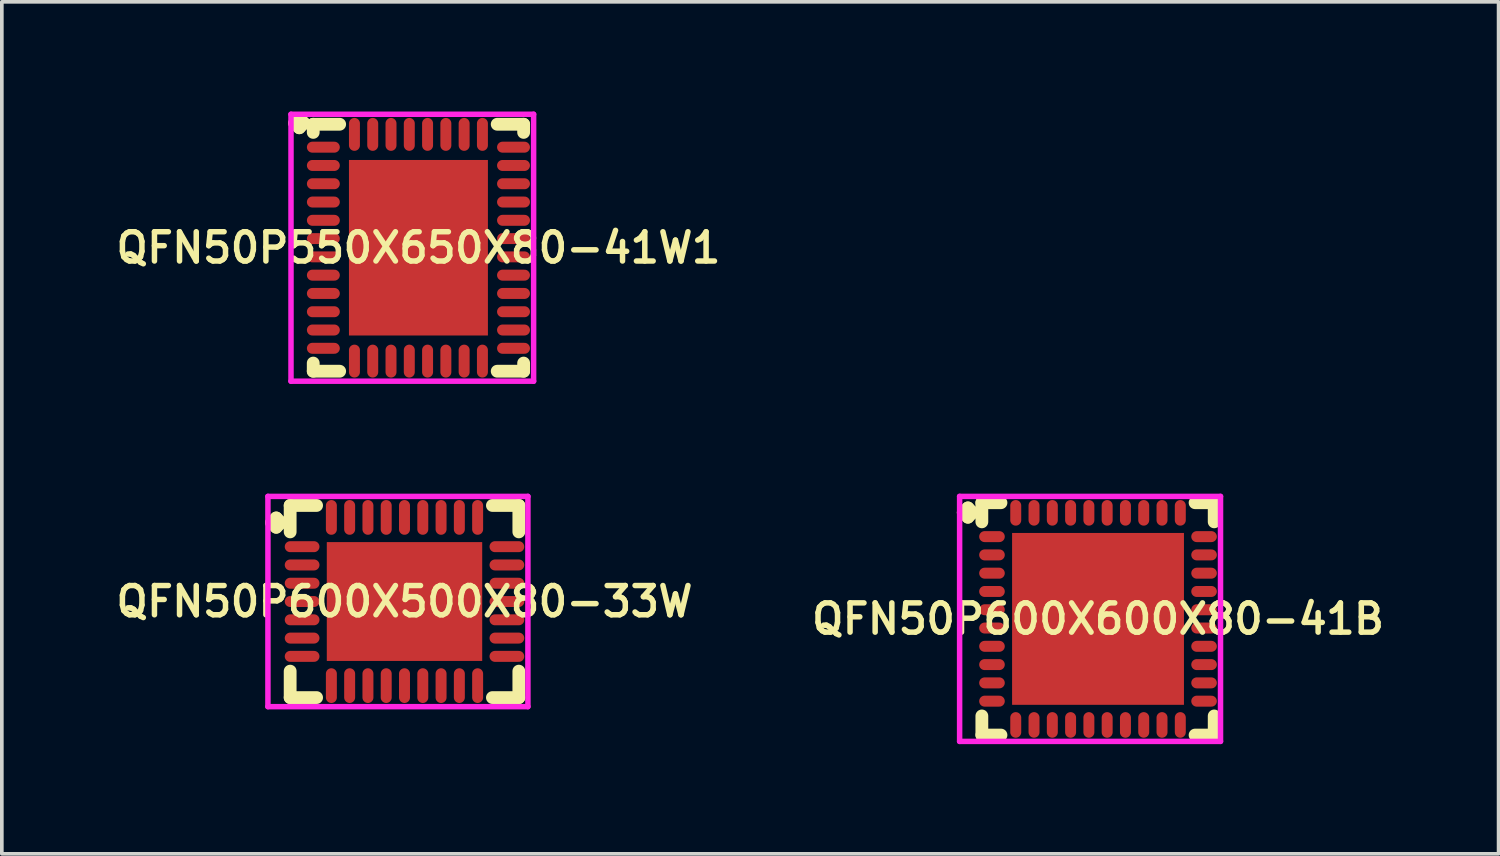
<source format=kicad_pcb>
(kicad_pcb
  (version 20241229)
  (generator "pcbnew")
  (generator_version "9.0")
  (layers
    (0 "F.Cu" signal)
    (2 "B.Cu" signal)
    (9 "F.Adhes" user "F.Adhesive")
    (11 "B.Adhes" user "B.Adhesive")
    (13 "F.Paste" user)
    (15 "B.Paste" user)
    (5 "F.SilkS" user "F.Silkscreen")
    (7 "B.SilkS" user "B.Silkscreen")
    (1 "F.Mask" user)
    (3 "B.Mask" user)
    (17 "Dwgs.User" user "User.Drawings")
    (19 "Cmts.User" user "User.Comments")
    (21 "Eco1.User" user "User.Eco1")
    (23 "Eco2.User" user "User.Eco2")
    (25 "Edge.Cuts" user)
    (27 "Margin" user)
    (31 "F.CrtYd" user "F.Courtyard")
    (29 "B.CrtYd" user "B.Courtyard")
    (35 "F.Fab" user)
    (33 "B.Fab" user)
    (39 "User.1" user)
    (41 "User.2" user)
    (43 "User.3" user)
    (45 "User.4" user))
  (footprint "QFN50P550X650X80-41W1"
    (layer "F.Cu")
    (at 8.393 3.725)
    (property "Reference" "QFN50P550X650X80-41W1" (at 0 0 0) (layer "F.SilkS") (effects (font (size 0.8 0.8) (thickness 0.15))))
    (attr smd)
    (fp_line (start -3.385 -3.408) (end -3.258 -3.535) (stroke (width 0.35) (type solid)) (layer "F.SilkS"))
    (fp_line (start -3.258 -3.535) (end -3.131 -3.408) (stroke (width 0.35) (type solid)) (layer "F.SilkS"))
    (fp_line (start -3.258 -3.281) (end -3.385 -3.408) (stroke (width 0.35) (type solid)) (layer "F.SilkS"))
    (fp_line (start -3.131 -3.408) (end -3.258 -3.281) (stroke (width 0.35) (type solid)) (layer "F.SilkS"))
    (fp_line (start -2.877 -3.377) (end -2.154 -3.377) (stroke (width 0.35) (type solid)) (layer "F.SilkS"))
    (fp_line (start -2.877 -3.154) (end -2.877 -3.377) (stroke (width 0.35) (type solid)) (layer "F.SilkS"))
    (fp_line (start -2.877 3.154) (end -2.877 3.377) (stroke (width 0.35) (type solid)) (layer "F.SilkS"))
    (fp_line (start -2.877 3.377) (end -2.154 3.377) (stroke (width 0.35) (type solid)) (layer "F.SilkS"))
    (fp_line (start 2.154 -3.377) (end 2.877 -3.377) (stroke (width 0.35) (type solid)) (layer "F.SilkS"))
    (fp_line (start 2.154 3.377) (end 2.877 3.377) (stroke (width 0.35) (type solid)) (layer "F.SilkS"))
    (fp_line (start 2.877 -3.377) (end 2.877 -3.154) (stroke (width 0.35) (type solid)) (layer "F.SilkS"))
    (fp_line (start 2.877 3.377) (end 2.877 3.154) (stroke (width 0.35) (type solid)) (layer "F.SilkS"))
    (fp_line (start -3.485 -3.65) (end 3.15 -3.65) (stroke (width 0.15) (type solid)) (layer "F.CrtYd"))
    (fp_line (start -3.485 3.65) (end -3.485 -3.65) (stroke (width 0.15) (type solid)) (layer "F.CrtYd"))
    (fp_line (start 3.15 -3.65) (end 3.15 3.65) (stroke (width 0.15) (type solid)) (layer "F.CrtYd"))
    (fp_line (start 3.15 3.65) (end -3.485 3.65) (stroke (width 0.15) (type solid)) (layer "F.CrtYd"))
    (pad "1" smd oval (at -2.6 -2.75) (size 0.9 0.3) (layers "F.Cu" "F.Mask" "F.Paste"))
    (pad "2" smd oval (at -2.6 -2.25) (size 0.9 0.3) (layers "F.Cu" "F.Mask" "F.Paste"))
    (pad "3" smd oval (at -2.6 -1.75) (size 0.9 0.3) (layers "F.Cu" "F.Mask" "F.Paste"))
    (pad "4" smd oval (at -2.6 -1.25) (size 0.9 0.3) (layers "F.Cu" "F.Mask" "F.Paste"))
    (pad "5" smd oval (at -2.6 -0.75) (size 0.9 0.3) (layers "F.Cu" "F.Mask" "F.Paste"))
    (pad "6" smd oval (at -2.6 -0.25) (size 0.9 0.3) (layers "F.Cu" "F.Mask" "F.Paste"))
    (pad "7" smd oval (at -2.6 0.25) (size 0.9 0.3) (layers "F.Cu" "F.Mask" "F.Paste"))
    (pad "8" smd oval (at -2.6 0.75) (size 0.9 0.3) (layers "F.Cu" "F.Mask" "F.Paste"))
    (pad "9" smd oval (at -2.6 1.25) (size 0.9 0.3) (layers "F.Cu" "F.Mask" "F.Paste"))
    (pad "10" smd oval (at -2.6 1.75) (size 0.9 0.3) (layers "F.Cu" "F.Mask" "F.Paste"))
    (pad "11" smd oval (at -2.6 2.25) (size 0.9 0.3) (layers "F.Cu" "F.Mask" "F.Paste"))
    (pad "12" smd oval (at -2.6 2.75) (size 0.9 0.3) (layers "F.Cu" "F.Mask" "F.Paste"))
    (pad "13" smd oval (at -1.75 3.1) (size 0.3 0.9) (layers "F.Cu" "F.Mask" "F.Paste"))
    (pad "14" smd oval (at -1.25 3.1) (size 0.3 0.9) (layers "F.Cu" "F.Mask" "F.Paste"))
    (pad "15" smd oval (at -0.75 3.1) (size 0.3 0.9) (layers "F.Cu" "F.Mask" "F.Paste"))
    (pad "16" smd oval (at -0.25 3.1) (size 0.3 0.9) (layers "F.Cu" "F.Mask" "F.Paste"))
    (pad "17" smd oval (at 0.25 3.1) (size 0.3 0.9) (layers "F.Cu" "F.Mask" "F.Paste"))
    (pad "18" smd oval (at 0.75 3.1) (size 0.3 0.9) (layers "F.Cu" "F.Mask" "F.Paste"))
    (pad "19" smd oval (at 1.25 3.1) (size 0.3 0.9) (layers "F.Cu" "F.Mask" "F.Paste"))
    (pad "20" smd oval (at 1.75 3.1) (size 0.3 0.9) (layers "F.Cu" "F.Mask" "F.Paste"))
    (pad "21" smd oval (at 2.6 2.75) (size 0.9 0.3) (layers "F.Cu" "F.Mask" "F.Paste"))
    (pad "22" smd oval (at 2.6 2.25) (size 0.9 0.3) (layers "F.Cu" "F.Mask" "F.Paste"))
    (pad "23" smd oval (at 2.6 1.75) (size 0.9 0.3) (layers "F.Cu" "F.Mask" "F.Paste"))
    (pad "24" smd oval (at 2.6 1.25) (size 0.9 0.3) (layers "F.Cu" "F.Mask" "F.Paste"))
    (pad "25" smd oval (at 2.6 0.75) (size 0.9 0.3) (layers "F.Cu" "F.Mask" "F.Paste"))
    (pad "26" smd oval (at 2.6 0.25) (size 0.9 0.3) (layers "F.Cu" "F.Mask" "F.Paste"))
    (pad "27" smd oval (at 2.6 -0.25) (size 0.9 0.3) (layers "F.Cu" "F.Mask" "F.Paste"))
    (pad "28" smd oval (at 2.6 -0.75) (size 0.9 0.3) (layers "F.Cu" "F.Mask" "F.Paste"))
    (pad "29" smd oval (at 2.6 -1.25) (size 0.9 0.3) (layers "F.Cu" "F.Mask" "F.Paste"))
    (pad "30" smd oval (at 2.6 -1.75) (size 0.9 0.3) (layers "F.Cu" "F.Mask" "F.Paste"))
    (pad "31" smd oval (at 2.6 -2.25) (size 0.9 0.3) (layers "F.Cu" "F.Mask" "F.Paste"))
    (pad "32" smd oval (at 2.6 -2.75) (size 0.9 0.3) (layers "F.Cu" "F.Mask" "F.Paste"))
    (pad "33" smd oval (at 1.75 -3.1) (size 0.3 0.9) (layers "F.Cu" "F.Mask" "F.Paste"))
    (pad "34" smd oval (at 1.25 -3.1) (size 0.3 0.9) (layers "F.Cu" "F.Mask" "F.Paste"))
    (pad "35" smd oval (at 0.75 -3.1) (size 0.3 0.9) (layers "F.Cu" "F.Mask" "F.Paste"))
    (pad "36" smd oval (at 0.25 -3.1) (size 0.3 0.9) (layers "F.Cu" "F.Mask" "F.Paste"))
    (pad "37" smd oval (at -0.25 -3.1) (size 0.3 0.9) (layers "F.Cu" "F.Mask" "F.Paste"))
    (pad "38" smd oval (at -0.75 -3.1) (size 0.3 0.9) (layers "F.Cu" "F.Mask" "F.Paste"))
    (pad "39" smd oval (at -1.25 -3.1) (size 0.3 0.9) (layers "F.Cu" "F.Mask" "F.Paste"))
    (pad "40" smd oval (at -1.75 -3.1) (size 0.3 0.9) (layers "F.Cu" "F.Mask" "F.Paste"))
    (pad "41" smd rect (at 0 0) (size 3.8 4.8) (layers "F.Cu" "F.Mask" "F.Paste")))
  (footprint "QFN50P600X500X80-33W"
    (layer "F.Cu")
    (at 8.012 13.4)
    (property "Reference" "QFN50P600X500X80-33W" (at 0 0 0) (layer "F.SilkS") (effects (font (size 0.8 0.8) (thickness 0.15))))
    (attr smd)
    (fp_line (start -3.635 -2.158) (end -3.508 -2.285) (stroke (width 0.35) (type solid)) (layer "F.SilkS"))
    (fp_line (start -3.508 -2.285) (end -3.381 -2.158) (stroke (width 0.35) (type solid)) (layer "F.SilkS"))
    (fp_line (start -3.508 -2.031) (end -3.635 -2.158) (stroke (width 0.35) (type solid)) (layer "F.SilkS"))
    (fp_line (start -3.381 -2.158) (end -3.508 -2.031) (stroke (width 0.35) (type solid)) (layer "F.SilkS"))
    (fp_line (start -3.127 -2.627) (end -2.404 -2.627) (stroke (width 0.35) (type solid)) (layer "F.SilkS"))
    (fp_line (start -3.127 -1.904) (end -3.127 -2.627) (stroke (width 0.35) (type solid)) (layer "F.SilkS"))
    (fp_line (start -3.127 1.904) (end -3.127 2.627) (stroke (width 0.35) (type solid)) (layer "F.SilkS"))
    (fp_line (start -3.127 2.627) (end -2.404 2.627) (stroke (width 0.35) (type solid)) (layer "F.SilkS"))
    (fp_line (start 2.404 -2.627) (end 3.127 -2.627) (stroke (width 0.35) (type solid)) (layer "F.SilkS"))
    (fp_line (start 2.404 2.627) (end 3.127 2.627) (stroke (width 0.35) (type solid)) (layer "F.SilkS"))
    (fp_line (start 3.127 -2.627) (end 3.127 -1.904) (stroke (width 0.35) (type solid)) (layer "F.SilkS"))
    (fp_line (start 3.127 2.627) (end 3.127 1.904) (stroke (width 0.35) (type solid)) (layer "F.SilkS"))
    (fp_line (start -3.735 -2.875) (end 3.375 -2.875) (stroke (width 0.15) (type solid)) (layer "F.CrtYd"))
    (fp_line (start -3.735 2.875) (end -3.735 -2.875) (stroke (width 0.15) (type solid)) (layer "F.CrtYd"))
    (fp_line (start 3.375 -2.875) (end 3.375 2.875) (stroke (width 0.15) (type solid)) (layer "F.CrtYd"))
    (fp_line (start 3.375 2.875) (end -3.735 2.875) (stroke (width 0.15) (type solid)) (layer "F.CrtYd"))
    (pad "1" smd oval (at -2.8 -1.5) (size 0.95 0.3) (layers "F.Cu" "F.Mask" "F.Paste"))
    (pad "2" smd oval (at -2.8 -1) (size 0.95 0.3) (layers "F.Cu" "F.Mask" "F.Paste"))
    (pad "3" smd oval (at -2.8 -0.5) (size 0.95 0.3) (layers "F.Cu" "F.Mask" "F.Paste"))
    (pad "4" smd oval (at -2.8 0) (size 0.95 0.3) (layers "F.Cu" "F.Mask" "F.Paste"))
    (pad "5" smd oval (at -2.8 0.5) (size 0.95 0.3) (layers "F.Cu" "F.Mask" "F.Paste"))
    (pad "6" smd oval (at -2.8 1) (size 0.95 0.3) (layers "F.Cu" "F.Mask" "F.Paste"))
    (pad "7" smd oval (at -2.8 1.5) (size 0.95 0.3) (layers "F.Cu" "F.Mask" "F.Paste"))
    (pad "8" smd oval (at -2 2.3) (size 0.3 0.95) (layers "F.Cu" "F.Mask" "F.Paste"))
    (pad "9" smd oval (at -1.5 2.3) (size 0.3 0.95) (layers "F.Cu" "F.Mask" "F.Paste"))
    (pad "10" smd oval (at -1 2.3) (size 0.3 0.95) (layers "F.Cu" "F.Mask" "F.Paste"))
    (pad "11" smd oval (at -0.5 2.3) (size 0.3 0.95) (layers "F.Cu" "F.Mask" "F.Paste"))
    (pad "12" smd oval (at 0 2.3) (size 0.3 0.95) (layers "F.Cu" "F.Mask" "F.Paste"))
    (pad "13" smd oval (at 0.5 2.3) (size 0.3 0.95) (layers "F.Cu" "F.Mask" "F.Paste"))
    (pad "14" smd oval (at 1 2.3) (size 0.3 0.95) (layers "F.Cu" "F.Mask" "F.Paste"))
    (pad "15" smd oval (at 1.5 2.3) (size 0.3 0.95) (layers "F.Cu" "F.Mask" "F.Paste"))
    (pad "16" smd oval (at 2 2.3) (size 0.3 0.95) (layers "F.Cu" "F.Mask" "F.Paste"))
    (pad "17" smd oval (at 2.8 1.5) (size 0.95 0.3) (layers "F.Cu" "F.Mask" "F.Paste"))
    (pad "18" smd oval (at 2.8 1) (size 0.95 0.3) (layers "F.Cu" "F.Mask" "F.Paste"))
    (pad "19" smd oval (at 2.8 0.5) (size 0.95 0.3) (layers "F.Cu" "F.Mask" "F.Paste"))
    (pad "20" smd oval (at 2.8 0) (size 0.95 0.3) (layers "F.Cu" "F.Mask" "F.Paste"))
    (pad "21" smd oval (at 2.8 -0.5) (size 0.95 0.3) (layers "F.Cu" "F.Mask" "F.Paste"))
    (pad "22" smd oval (at 2.8 -1) (size 0.95 0.3) (layers "F.Cu" "F.Mask" "F.Paste"))
    (pad "23" smd oval (at 2.8 -1.5) (size 0.95 0.3) (layers "F.Cu" "F.Mask" "F.Paste"))
    (pad "24" smd oval (at 2 -2.3) (size 0.3 0.95) (layers "F.Cu" "F.Mask" "F.Paste"))
    (pad "25" smd oval (at 1.5 -2.3) (size 0.3 0.95) (layers "F.Cu" "F.Mask" "F.Paste"))
    (pad "26" smd oval (at 1 -2.3) (size 0.3 0.95) (layers "F.Cu" "F.Mask" "F.Paste"))
    (pad "27" smd oval (at 0.5 -2.3) (size 0.3 0.95) (layers "F.Cu" "F.Mask" "F.Paste"))
    (pad "28" smd oval (at 0 -2.3) (size 0.3 0.95) (layers "F.Cu" "F.Mask" "F.Paste"))
    (pad "29" smd oval (at -0.5 -2.3) (size 0.3 0.95) (layers "F.Cu" "F.Mask" "F.Paste"))
    (pad "30" smd oval (at -1 -2.3) (size 0.3 0.95) (layers "F.Cu" "F.Mask" "F.Paste"))
    (pad "31" smd oval (at -1.5 -2.3) (size 0.3 0.95) (layers "F.Cu" "F.Mask" "F.Paste"))
    (pad "32" smd oval (at -2 -2.3) (size 0.3 0.95) (layers "F.Cu" "F.Mask" "F.Paste"))
    (pad "33" smd rect (at 0 0) (size 4.25 3.25) (layers "F.Cu" "F.Mask" "F.Paste")))
  (footprint "QFN50P600X600X80-41B"
    (layer "F.Cu")
    (at 26.978 13.875)
    (property "Reference" "QFN50P600X600X80-41B" (at 0 0 0) (layer "F.SilkS") (effects (font (size 0.8 0.8) (thickness 0.15))))
    (attr smd)
    (fp_line (start -3.685 -2.908) (end -3.558 -3.035) (stroke (width 0.35) (type solid)) (layer "F.SilkS"))
    (fp_line (start -3.558 -3.035) (end -3.431 -2.908) (stroke (width 0.35) (type solid)) (layer "F.SilkS"))
    (fp_line (start -3.558 -2.781) (end -3.685 -2.908) (stroke (width 0.35) (type solid)) (layer "F.SilkS"))
    (fp_line (start -3.431 -2.908) (end -3.558 -2.781) (stroke (width 0.35) (type solid)) (layer "F.SilkS"))
    (fp_line (start -3.177 -3.177) (end -2.654 -3.177) (stroke (width 0.35) (type solid)) (layer "F.SilkS"))
    (fp_line (start -3.177 -2.654) (end -3.177 -3.177) (stroke (width 0.35) (type solid)) (layer "F.SilkS"))
    (fp_line (start -3.177 2.654) (end -3.177 3.177) (stroke (width 0.35) (type solid)) (layer "F.SilkS"))
    (fp_line (start -3.177 3.177) (end -2.654 3.177) (stroke (width 0.35) (type solid)) (layer "F.SilkS"))
    (fp_line (start 2.654 -3.177) (end 3.177 -3.177) (stroke (width 0.35) (type solid)) (layer "F.SilkS"))
    (fp_line (start 2.654 3.177) (end 3.177 3.177) (stroke (width 0.35) (type solid)) (layer "F.SilkS"))
    (fp_line (start 3.177 -3.177) (end 3.177 -2.654) (stroke (width 0.35) (type solid)) (layer "F.SilkS"))
    (fp_line (start 3.177 3.177) (end 3.177 2.654) (stroke (width 0.35) (type solid)) (layer "F.SilkS"))
    (fp_line (start -3.785 -3.35) (end 3.35 -3.35) (stroke (width 0.15) (type solid)) (layer "F.CrtYd"))
    (fp_line (start -3.785 3.35) (end -3.785 -3.35) (stroke (width 0.15) (type solid)) (layer "F.CrtYd"))
    (fp_line (start 3.35 -3.35) (end 3.35 3.35) (stroke (width 0.15) (type solid)) (layer "F.CrtYd"))
    (fp_line (start 3.35 3.35) (end -3.785 3.35) (stroke (width 0.15) (type solid)) (layer "F.CrtYd"))
    (pad "1" smd oval (at -2.9 -2.25) (size 0.7 0.3) (layers "F.Cu" "F.Mask" "F.Paste"))
    (pad "2" smd oval (at -2.9 -1.75) (size 0.7 0.3) (layers "F.Cu" "F.Mask" "F.Paste"))
    (pad "3" smd oval (at -2.9 -1.25) (size 0.7 0.3) (layers "F.Cu" "F.Mask" "F.Paste"))
    (pad "4" smd oval (at -2.9 -0.75) (size 0.7 0.3) (layers "F.Cu" "F.Mask" "F.Paste"))
    (pad "5" smd oval (at -2.9 -0.25) (size 0.7 0.3) (layers "F.Cu" "F.Mask" "F.Paste"))
    (pad "6" smd oval (at -2.9 0.25) (size 0.7 0.3) (layers "F.Cu" "F.Mask" "F.Paste"))
    (pad "7" smd oval (at -2.9 0.75) (size 0.7 0.3) (layers "F.Cu" "F.Mask" "F.Paste"))
    (pad "8" smd oval (at -2.9 1.25) (size 0.7 0.3) (layers "F.Cu" "F.Mask" "F.Paste"))
    (pad "9" smd oval (at -2.9 1.75) (size 0.7 0.3) (layers "F.Cu" "F.Mask" "F.Paste"))
    (pad "10" smd oval (at -2.9 2.25) (size 0.7 0.3) (layers "F.Cu" "F.Mask" "F.Paste"))
    (pad "11" smd oval (at -2.25 2.9) (size 0.3 0.7) (layers "F.Cu" "F.Mask" "F.Paste"))
    (pad "12" smd oval (at -1.75 2.9) (size 0.3 0.7) (layers "F.Cu" "F.Mask" "F.Paste"))
    (pad "13" smd oval (at -1.25 2.9) (size 0.3 0.7) (layers "F.Cu" "F.Mask" "F.Paste"))
    (pad "14" smd oval (at -0.75 2.9) (size 0.3 0.7) (layers "F.Cu" "F.Mask" "F.Paste"))
    (pad "15" smd oval (at -0.25 2.9) (size 0.3 0.7) (layers "F.Cu" "F.Mask" "F.Paste"))
    (pad "16" smd oval (at 0.25 2.9) (size 0.3 0.7) (layers "F.Cu" "F.Mask" "F.Paste"))
    (pad "17" smd oval (at 0.75 2.9) (size 0.3 0.7) (layers "F.Cu" "F.Mask" "F.Paste"))
    (pad "18" smd oval (at 1.25 2.9) (size 0.3 0.7) (layers "F.Cu" "F.Mask" "F.Paste"))
    (pad "19" smd oval (at 1.75 2.9) (size 0.3 0.7) (layers "F.Cu" "F.Mask" "F.Paste"))
    (pad "20" smd oval (at 2.25 2.9) (size 0.3 0.7) (layers "F.Cu" "F.Mask" "F.Paste"))
    (pad "21" smd oval (at 2.9 2.25) (size 0.7 0.3) (layers "F.Cu" "F.Mask" "F.Paste"))
    (pad "22" smd oval (at 2.9 1.75) (size 0.7 0.3) (layers "F.Cu" "F.Mask" "F.Paste"))
    (pad "23" smd oval (at 2.9 1.25) (size 0.7 0.3) (layers "F.Cu" "F.Mask" "F.Paste"))
    (pad "24" smd oval (at 2.9 0.75) (size 0.7 0.3) (layers "F.Cu" "F.Mask" "F.Paste"))
    (pad "25" smd oval (at 2.9 0.25) (size 0.7 0.3) (layers "F.Cu" "F.Mask" "F.Paste"))
    (pad "26" smd oval (at 2.9 -0.25) (size 0.7 0.3) (layers "F.Cu" "F.Mask" "F.Paste"))
    (pad "27" smd oval (at 2.9 -0.75) (size 0.7 0.3) (layers "F.Cu" "F.Mask" "F.Paste"))
    (pad "28" smd oval (at 2.9 -1.25) (size 0.7 0.3) (layers "F.Cu" "F.Mask" "F.Paste"))
    (pad "29" smd oval (at 2.9 -1.75) (size 0.7 0.3) (layers "F.Cu" "F.Mask" "F.Paste"))
    (pad "30" smd oval (at 2.9 -2.25) (size 0.7 0.3) (layers "F.Cu" "F.Mask" "F.Paste"))
    (pad "31" smd oval (at 2.25 -2.9) (size 0.3 0.7) (layers "F.Cu" "F.Mask" "F.Paste"))
    (pad "32" smd oval (at 1.75 -2.9) (size 0.3 0.7) (layers "F.Cu" "F.Mask" "F.Paste"))
    (pad "33" smd oval (at 1.25 -2.9) (size 0.3 0.7) (layers "F.Cu" "F.Mask" "F.Paste"))
    (pad "34" smd oval (at 0.75 -2.9) (size 0.3 0.7) (layers "F.Cu" "F.Mask" "F.Paste"))
    (pad "35" smd oval (at 0.25 -2.9) (size 0.3 0.7) (layers "F.Cu" "F.Mask" "F.Paste"))
    (pad "36" smd oval (at -0.25 -2.9) (size 0.3 0.7) (layers "F.Cu" "F.Mask" "F.Paste"))
    (pad "37" smd oval (at -0.75 -2.9) (size 0.3 0.7) (layers "F.Cu" "F.Mask" "F.Paste"))
    (pad "38" smd oval (at -1.25 -2.9) (size 0.3 0.7) (layers "F.Cu" "F.Mask" "F.Paste"))
    (pad "39" smd oval (at -1.75 -2.9) (size 0.3 0.7) (layers "F.Cu" "F.Mask" "F.Paste"))
    (pad "40" smd oval (at -2.25 -2.9) (size 0.3 0.7) (layers "F.Cu" "F.Mask" "F.Paste"))
    (pad "41" smd rect (at 0 0) (size 4.7 4.7) (layers "F.Cu" "F.Mask" "F.Paste")))
  (gr_rect
    (start -3 -3)
    (end 37.932 20.3)
    (stroke (width 0.1) (type default))
    (fill no)
    (layer "Edge.Cuts")))
</source>
